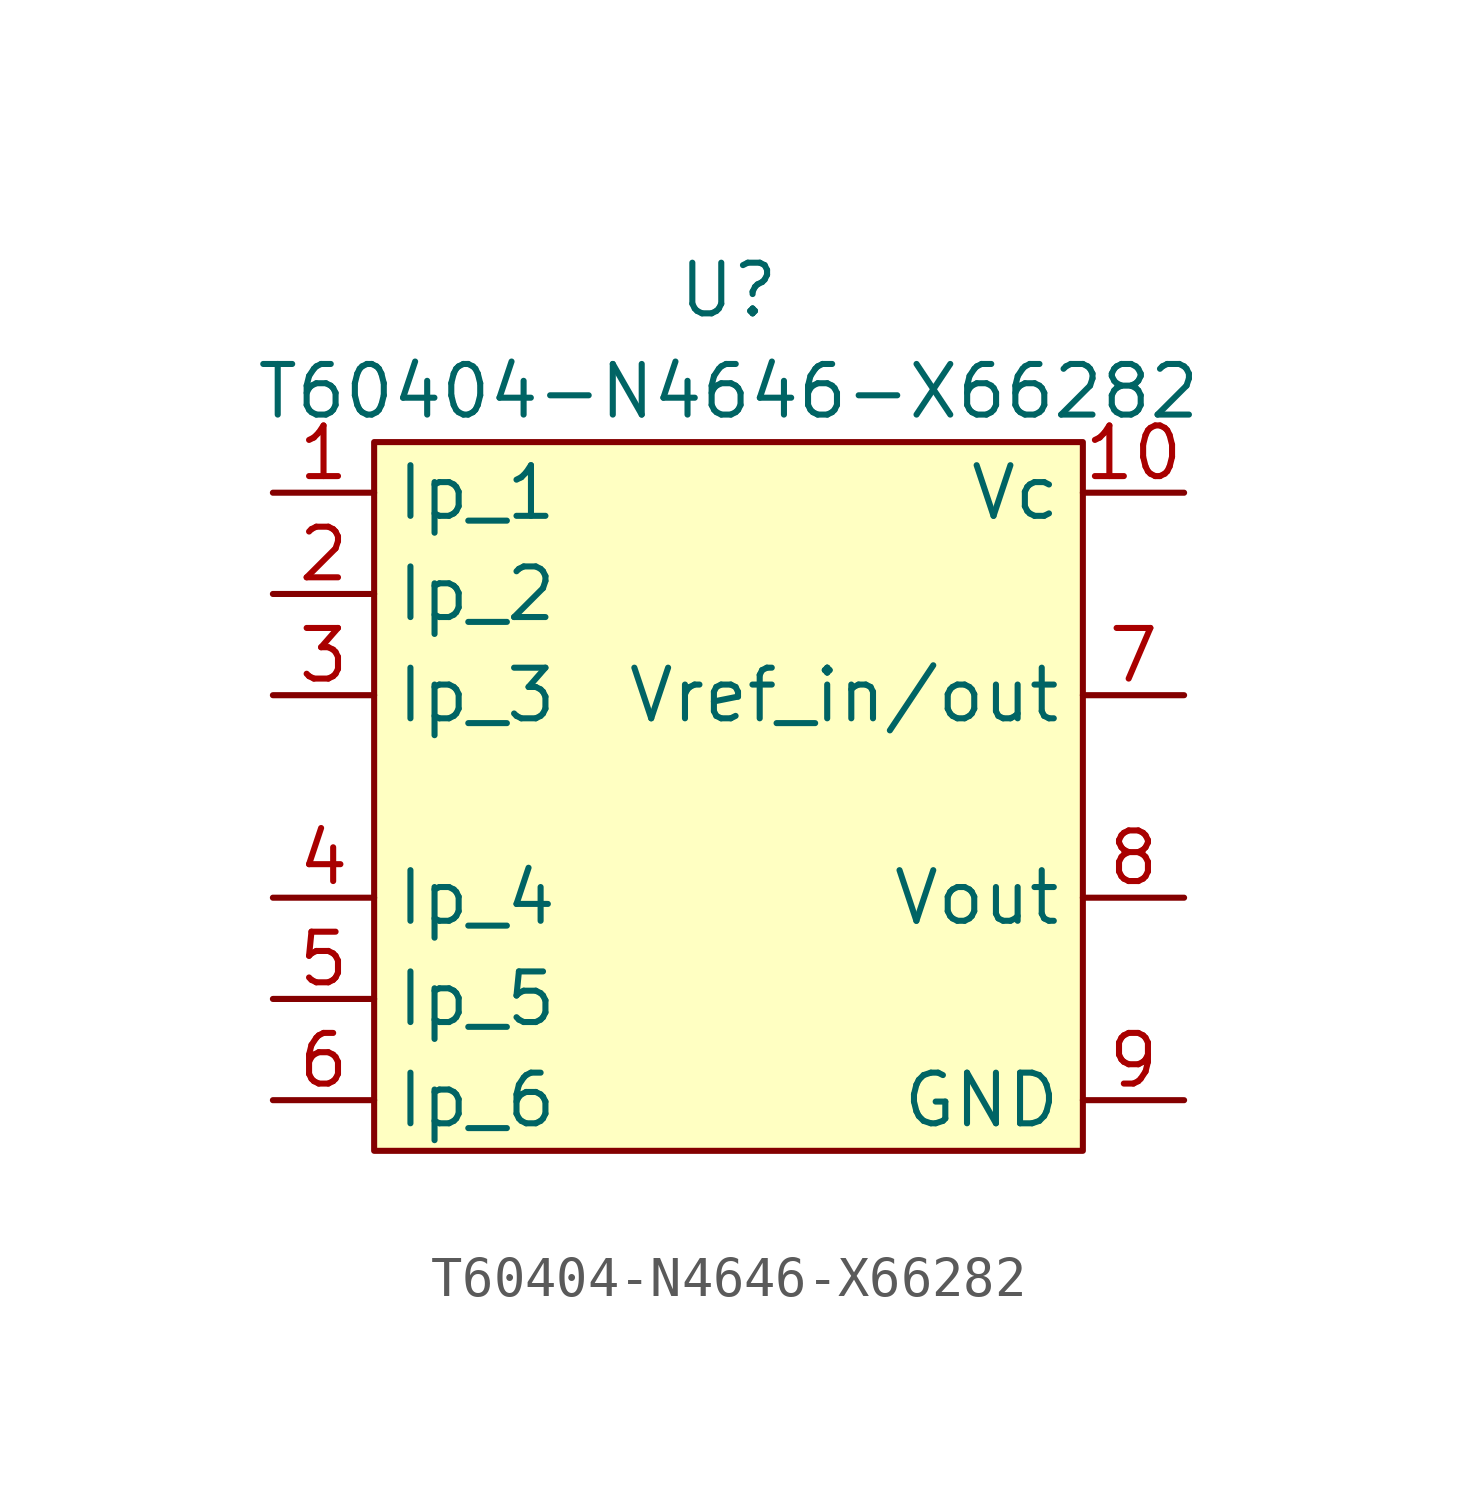
<source format=kicad_sym>
(kicad_symbol_lib
  (version 20211014)
  (generator kicad_symbol_editor)
  (symbol "T60404-N4646-X66282"
    (property "Reference" "U"
      (at 8.89 21.59 0)
      (effects (font (size 1.27 1.27))))
    (property "Value" "T60404-N4646-X66282"
      (at 8.89 19.05 0)
      (effects (font (size 1.27 1.27))))
    (symbol "T60404-N4646-X66282_0_1"
      (rectangle (start 0 0) (end 17.78 17.78) (stroke (width 0.152) (type default) (color 0 0 0 0)) (fill (type background))))
    (symbol "T60404-N4646-X66282_1_1"
      (pin input line (at -2.54 16.51 0) (length 2.54) (name "Ip_1" (effects (font (size 1.27 1.27)))) (number "1" (effects (font (size 1.27 1.27)))))
      (pin power_in line (at 20.32 16.51 180) (length 2.54) (name "Vc" (effects (font (size 1.27 1.27)))) (number "10" (effects (font (size 1.27 1.27)))))
      (pin input line (at -2.54 13.97 0) (length 2.54) (name "Ip_2" (effects (font (size 1.27 1.27)))) (number "2" (effects (font (size 1.27 1.27)))))
      (pin input line (at -2.54 11.43 0) (length 2.54) (name "Ip_3" (effects (font (size 1.27 1.27)))) (number "3" (effects (font (size 1.27 1.27)))))
      (pin output line (at -2.54 6.35 0) (length 2.54) (name "Ip_4" (effects (font (size 1.27 1.27)))) (number "4" (effects (font (size 1.27 1.27)))))
      (pin output line (at -2.54 3.81 0) (length 2.54) (name "Ip_5" (effects (font (size 1.27 1.27)))) (number "5" (effects (font (size 1.27 1.27)))))
      (pin output line (at -2.54 1.27 0) (length 2.54) (name "Ip_6" (effects (font (size 1.27 1.27)))) (number "6" (effects (font (size 1.27 1.27)))))
      (pin bidirectional line (at 20.32 11.43 180) (length 2.54) (name "Vref_in/out" (effects (font (size 1.27 1.27)))) (number "7" (effects (font (size 1.27 1.27)))))
      (pin output line (at 20.32 6.35 180) (length 2.54) (name "Vout" (effects (font (size 1.27 1.27)))) (number "8" (effects (font (size 1.27 1.27)))))
      (pin power_in line (at 20.32 1.27 180) (length 2.54) (name "GND" (effects (font (size 1.27 1.27)))) (number "9" (effects (font (size 1.27 1.27))))))))
</source>
